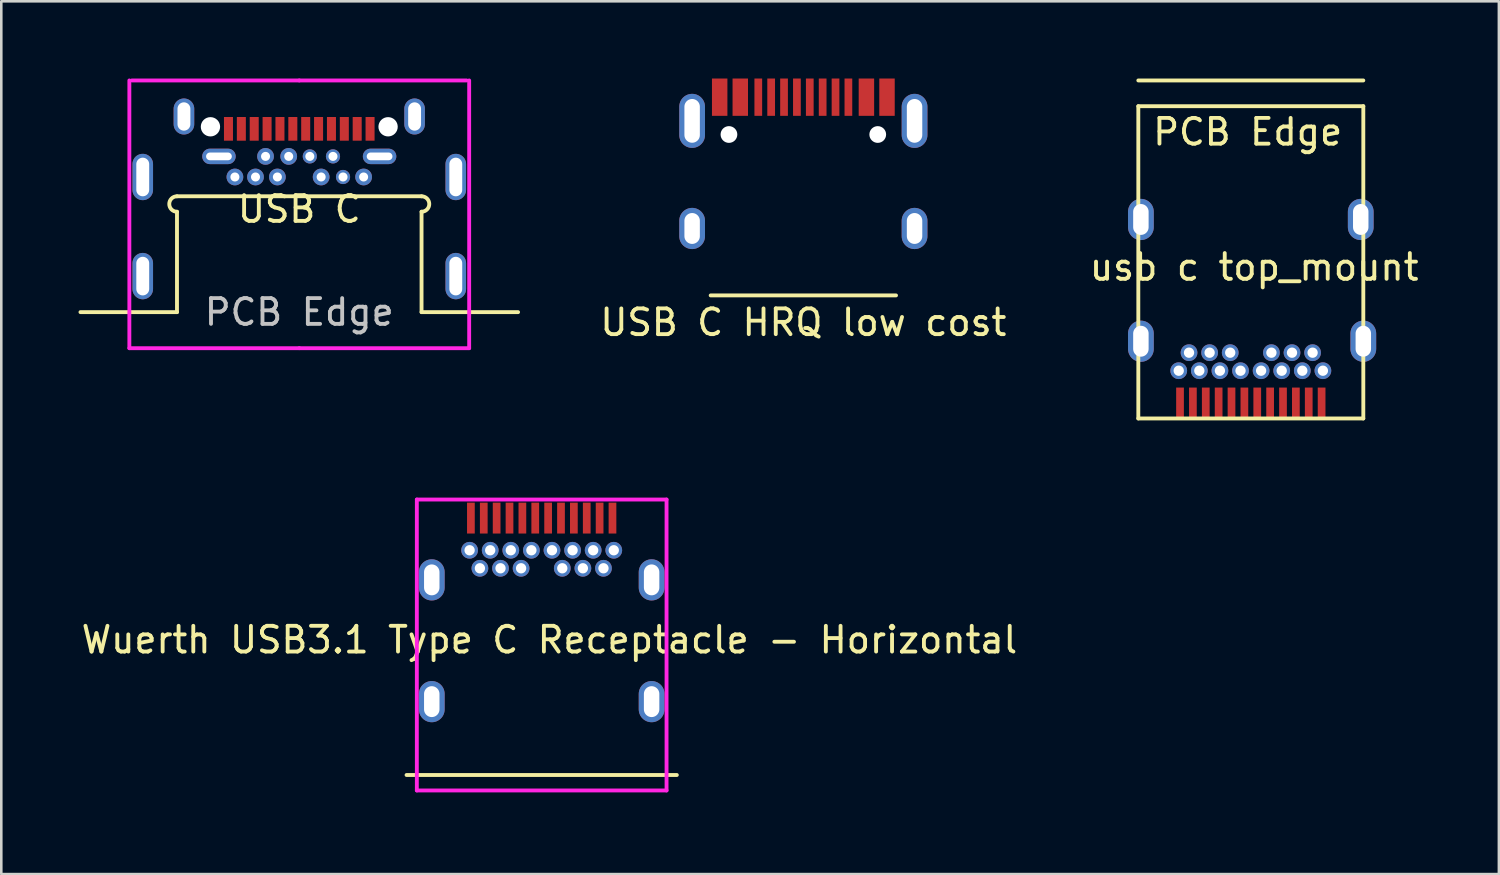
<source format=kicad_pcb>
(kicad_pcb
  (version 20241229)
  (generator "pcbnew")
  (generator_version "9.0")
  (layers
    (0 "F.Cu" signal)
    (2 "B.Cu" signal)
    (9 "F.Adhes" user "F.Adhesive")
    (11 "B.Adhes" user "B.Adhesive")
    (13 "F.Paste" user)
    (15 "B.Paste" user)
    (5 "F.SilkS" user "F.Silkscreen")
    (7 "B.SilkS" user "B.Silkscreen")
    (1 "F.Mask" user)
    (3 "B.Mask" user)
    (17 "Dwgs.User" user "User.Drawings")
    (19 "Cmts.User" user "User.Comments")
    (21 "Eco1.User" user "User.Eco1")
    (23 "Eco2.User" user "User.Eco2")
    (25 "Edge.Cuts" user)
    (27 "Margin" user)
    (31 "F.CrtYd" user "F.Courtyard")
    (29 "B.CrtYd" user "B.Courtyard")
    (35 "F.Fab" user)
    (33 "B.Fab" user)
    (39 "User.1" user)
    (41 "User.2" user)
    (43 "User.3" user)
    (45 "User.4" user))
  (footprint "usb c top_mount"
    (layer "F.Cu")
    (at 41.168 1.075)
    (property "Reference" "usb c top_mount" (at 4.5 6.25 0) (layer "F.SilkS") (effects (font (size 1 1) (thickness 0.15))))
    (attr through_hole)
    (fp_line (start 0 -1) (end 8.74 -1) (stroke (width 0.15) (type solid)) (layer "F.SilkS"))
    (fp_line (start 0 0) (end 0 12.13) (stroke (width 0.15) (type solid)) (layer "F.SilkS"))
    (fp_line (start 0 0) (end 8.74 0) (stroke (width 0.15) (type solid)) (layer "F.SilkS"))
    (fp_line (start 8.74 0) (end 8.74 12.13) (stroke (width 0.15) (type solid)) (layer "F.SilkS"))
    (fp_line (start 8.74 12.13) (end 0 12.13) (stroke (width 0.15) (type solid)) (layer "F.SilkS"))
    (fp_text user "PCB Edge" (at 4.25 1 0) (layer "F.SilkS") (effects (font (size 1 1) (thickness 0.15))))
    (pad "" np_thru_hole oval (at 0.1 4.4) (size 1 1.6) (drill oval 0.6 1.2) (layers "*.Cu" "*.Mask"))
    (pad "" np_thru_hole oval (at 0.1 9.13) (size 1 1.6) (drill oval 0.6 1.2) (layers "*.Cu" "*.Mask"))
    (pad "" np_thru_hole circle (at 2.37 10.275) (size 0.65 0.65) (drill 0.4) (layers "*.Cu" "*.Mask"))
    (pad "" np_thru_hole circle (at 6.37 10.275) (size 0.65 0.65) (drill 0.4) (layers "*.Cu" "*.Mask"))
    (pad "" np_thru_hole oval (at 8.64 4.4) (size 1 1.6) (drill oval 0.6 1.2) (layers "*.Cu" "*.Mask"))
    (pad "" np_thru_hole oval (at 8.74 9.13) (size 1 1.6) (drill oval 0.6 1.2) (layers "*.Cu" "*.Mask"))
    (pad "21" smd rect (at 2.12 11.53) (size 0.3 1.2) (layers "F.Cu" "F.Mask" "F.Paste"))
    (pad "31" smd rect (at 2.62 11.53) (size 0.3 1.2) (layers "F.Cu" "F.Mask" "F.Paste"))
    (pad "41" smd rect (at 3.12 11.53) (size 0.3 1.2) (layers "F.Cu" "F.Mask" "F.Paste"))
    (pad "51" smd rect (at 3.62 11.53) (size 0.3 1.2) (layers "F.Cu" "F.Mask" "F.Paste"))
    (pad "61" smd rect (at 4.12 11.53) (size 0.3 1.2) (layers "F.Cu" "F.Mask" "F.Paste"))
    (pad "71" smd rect (at 4.62 11.53) (size 0.3 1.2) (layers "F.Cu" "F.Mask" "F.Paste"))
    (pad "81" smd rect (at 5.12 11.53) (size 0.3 1.2) (layers "F.Cu" "F.Mask" "F.Paste"))
    (pad "91" smd rect (at 5.62 11.53) (size 0.3 1.2) (layers "F.Cu" "F.Mask" "F.Paste"))
    (pad "101" smd rect (at 6.12 11.53) (size 0.3 1.2) (layers "F.Cu" "F.Mask" "F.Paste"))
    (pad "111" smd rect (at 6.62 11.53) (size 0.3 1.2) (layers "F.Cu" "F.Mask" "F.Paste"))
    (pad "121" smd rect (at 7.12 11.53) (size 0.3 1.2) (layers "F.Cu" "F.Mask" "F.Paste"))
    (pad "A12" smd rect (at 1.62 11.53) (size 0.3 1.2) (layers "F.Cu" "F.Mask" "F.Paste"))
    (pad "B1" thru_hole circle (at 1.57 10.275) (size 0.65 0.65) (drill 0.4) (layers "*.Cu" "*.Mask"))
    (pad "B2" thru_hole circle (at 1.97 9.575) (size 0.65 0.65) (drill 0.4) (layers "*.Cu" "*.Mask"))
    (pad "B3" thru_hole circle (at 2.77 9.575) (size 0.65 0.65) (drill 0.4) (layers "*.Cu" "*.Mask"))
    (pad "B4" thru_hole circle (at 3.17 10.275) (size 0.65 0.65) (drill 0.4) (layers "*.Cu" "*.Mask"))
    (pad "B5" thru_hole circle (at 3.57 9.575) (size 0.65 0.65) (drill 0.4) (layers "*.Cu" "*.Mask"))
    (pad "B6" thru_hole circle (at 3.97 10.275) (size 0.65 0.65) (drill 0.4) (layers "*.Cu" "*.Mask"))
    (pad "B7" thru_hole circle (at 4.77 10.275) (size 0.65 0.65) (drill 0.4) (layers "*.Cu" "*.Mask"))
    (pad "B8" thru_hole circle (at 5.17 9.575) (size 0.65 0.65) (drill 0.4) (layers "*.Cu" "*.Mask"))
    (pad "B9" thru_hole circle (at 5.57 10.275) (size 0.65 0.65) (drill 0.4) (layers "*.Cu" "*.Mask"))
    (pad "B10" thru_hole circle (at 5.97 9.575) (size 0.65 0.65) (drill 0.4) (layers "*.Cu" "*.Mask"))
    (pad "B11" thru_hole circle (at 6.77 9.575) (size 0.65 0.65) (drill 0.4) (layers "*.Cu" "*.Mask"))
    (pad "B12" thru_hole circle (at 7.17 10.275) (size 0.65 0.65) (drill 0.4) (layers "*.Cu" "*.Mask")))
  (footprint "USB C"
    (layer "F.Cu")
    (at 8.575 4.575)
    (property "Reference" "USB C" (at 0 0.5 0) (layer "F.SilkS") (effects (font (size 1 1) (thickness 0.15))))
    (attr through_hole)
    (fp_line (start -8.5 4.5) (end -4.75 4.5) (stroke (width 0.15) (type solid)) (layer "F.SilkS"))
    (fp_line (start -4.75 0) (end 4.75 0) (stroke (width 0.15) (type solid)) (layer "F.SilkS"))
    (fp_line (start -4.75 0.6) (end -4.75 4.5) (stroke (width 0.15) (type solid)) (layer "F.SilkS"))
    (fp_line (start 4.75 0.6) (end 4.75 4.5) (stroke (width 0.15) (type solid)) (layer "F.SilkS"))
    (fp_line (start 4.75 4.5) (end 8.5 4.5) (stroke (width 0.15) (type solid)) (layer "F.SilkS"))
    (fp_arc (start -4.75 0.6) (mid -5.05 0.3) (end -4.75 0) (stroke (width 0.15) (type solid)) (layer "F.SilkS"))
    (fp_arc (start 4.75 0) (mid 5.05 0.3) (end 4.75 0.6) (stroke (width 0.15) (type solid)) (layer "F.SilkS"))
    (fp_line (start -6.6 -4.5) (end -6.6 5.9) (stroke (width 0.15) (type solid)) (layer "F.CrtYd"))
    (fp_line (start -6.6 5.9) (end 0 5.9) (stroke (width 0.15) (type solid)) (layer "F.CrtYd"))
    (fp_line (start 0 -4.5) (end -6.5 -4.5) (stroke (width 0.15) (type solid)) (layer "F.CrtYd"))
    (fp_line (start 0 -4.5) (end 6.5 -4.5) (stroke (width 0.15) (type solid)) (layer "F.CrtYd"))
    (fp_line (start 6.6 -4.5) (end 6.6 5.9) (stroke (width 0.15) (type solid)) (layer "F.CrtYd"))
    (fp_line (start 6.6 5.9) (end 0 5.9) (stroke (width 0.15) (type solid)) (layer "F.CrtYd"))
    (fp_text user "PCB Edge" (at 0 4.5 0) (layer "Dwgs.User") (effects (font (size 1 1) (thickness 0.15))))
    (pad "" np_thru_hole circle (at -3.45 -2.7) (size 0.75 0.75) (drill 0.75) (layers "*.Cu" "*.Mask"))
    (pad "" np_thru_hole circle (at 3.45 -2.7) (size 0.75 0.75) (drill 0.75) (layers "*.Cu" "*.Mask"))
    (pad "A1" smd rect (at -2.75 -2.62) (size 0.35 0.92) (layers "F.Cu" "F.Mask" "F.Paste"))
    (pad "A2" smd rect (at -2.25 -2.62) (size 0.35 0.92) (layers "F.Cu" "F.Mask" "F.Paste"))
    (pad "A3" smd rect (at -1.75 -2.62) (size 0.35 0.92) (layers "F.Cu" "F.Mask" "F.Paste"))
    (pad "A4" smd rect (at -1.25 -2.62) (size 0.35 0.92) (layers "F.Cu" "F.Mask" "F.Paste"))
    (pad "A5" smd rect (at -0.75 -2.62) (size 0.35 0.92) (layers "F.Cu" "F.Mask" "F.Paste"))
    (pad "A6" smd rect (at -0.25 -2.62) (size 0.35 0.92) (layers "F.Cu" "F.Mask" "F.Paste"))
    (pad "A7" smd rect (at 0.25 -2.62) (size 0.35 0.92) (layers "F.Cu" "F.Mask" "F.Paste"))
    (pad "A8" smd rect (at 0.75 -2.62) (size 0.35 0.92) (layers "F.Cu" "F.Mask" "F.Paste"))
    (pad "A9" smd rect (at 1.25 -2.62) (size 0.35 0.92) (layers "F.Cu" "F.Mask" "F.Paste"))
    (pad "A10" smd rect (at 1.75 -2.62) (size 0.35 0.92) (layers "F.Cu" "F.Mask" "F.Paste"))
    (pad "A11" smd rect (at 2.25 -2.62) (size 0.35 0.92) (layers "F.Cu" "F.Mask" "F.Paste"))
    (pad "A12" smd rect (at 2.75 -2.62) (size 0.35 0.92) (layers "F.Cu" "F.Mask" "F.Paste"))
    (pad "B1" thru_hole oval (at 3.12 -1.55) (size 1.3 0.6) (drill oval 1 0.3) (layers "*.Cu" "*.Mask"))
    (pad "B2" thru_hole circle (at 2.5 -0.75) (size 0.65 0.65) (drill 0.35) (layers "*.Cu" "*.Mask"))
    (pad "B3" thru_hole circle (at 1.7 -0.75) (size 0.55 0.55) (drill 0.35) (layers "*.Cu" "*.Mask"))
    (pad "B4" thru_hole circle (at 1.31 -1.55) (size 0.55 0.55) (drill 0.35) (layers "*.Cu" "*.Mask"))
    (pad "B5" thru_hole circle (at 0.85 -0.75) (size 0.65 0.65) (drill 0.35) (layers "*.Cu" "*.Mask"))
    (pad "B6" thru_hole circle (at 0.41 -1.55) (size 0.55 0.55) (drill 0.35) (layers "*.Cu" "*.Mask"))
    (pad "B7" thru_hole circle (at -0.41 -1.55) (size 0.65 0.65) (drill 0.35) (layers "*.Cu" "*.Mask"))
    (pad "B8" thru_hole circle (at -0.85 -0.75) (size 0.65 0.65) (drill 0.35) (layers "*.Cu" "*.Mask"))
    (pad "B9" thru_hole circle (at -1.31 -1.55) (size 0.65 0.65) (drill 0.35) (layers "*.Cu" "*.Mask"))
    (pad "B10" thru_hole circle (at -1.7 -0.75) (size 0.65 0.65) (drill 0.35) (layers "*.Cu" "*.Mask"))
    (pad "B11" thru_hole circle (at -2.5 -0.75) (size 0.65 0.65) (drill 0.35) (layers "*.Cu" "*.Mask"))
    (pad "B12" thru_hole oval (at -3.12 -1.55) (size 1.3 0.6) (drill oval 1 0.3) (layers "*.Cu" "*.Mask"))
    (pad "S1" thru_hole oval (at -6.08 -0.75) (size 0.8 1.8) (drill oval 0.5 1.5) (layers "*.Cu" "*.Mask"))
    (pad "S1" thru_hole oval (at -6.08 3.1) (size 0.8 1.8) (drill oval 0.5 1.5) (layers "*.Cu" "*.Mask"))
    (pad "S1" thru_hole oval (at -4.48 -3.1) (size 0.8 1.4) (drill oval 0.5 1.1) (layers "*.Cu" "*.Mask"))
    (pad "S1" thru_hole oval (at 4.48 -3.1) (size 0.8 1.4) (drill oval 0.5 1.1) (layers "*.Cu" "*.Mask"))
    (pad "S1" thru_hole oval (at 6.08 -0.75) (size 0.8 1.8) (drill oval 0.5 1.5) (layers "*.Cu" "*.Mask"))
    (pad "S1" thru_hole oval (at 6.08 3.1) (size 0.8 1.8) (drill oval 0.5 1.5) (layers "*.Cu" "*.Mask")))
  (footprint "USB C HRQ low cost"
    (layer "F.Cu")
    (at 28.156 5.825)
    (property "Reference" "USB C HRQ low cost" (at 0 3.65 0) (layer "F.SilkS") (effects (font (size 1 1) (thickness 0.15))))
    (attr through_hole)
    (fp_line (start -3.6 2.6) (end 3.6 2.6) (stroke (width 0.15) (type solid)) (layer "F.SilkS"))
    (pad "" np_thru_hole circle (at -2.89 -3.65) (size 0.65 0.65) (drill 0.65) (layers "*.Cu" "*.Mask"))
    (pad "" np_thru_hole circle (at 2.89 -3.65) (size 0.65 0.65) (drill 0.65) (layers "*.Cu" "*.Mask"))
    (pad "A1" smd rect (at -3.25 -5.1) (size 0.6 1.45) (layers "F.Cu" "F.Mask" "F.Paste"))
    (pad "A4" smd rect (at -2.45 -5.1) (size 0.6 1.45) (layers "F.Cu" "F.Mask" "F.Paste"))
    (pad "A5" smd rect (at -1.25 -5.1) (size 0.3 1.45) (layers "F.Cu" "F.Mask" "F.Paste"))
    (pad "A6" smd rect (at -0.25 -5.1) (size 0.3 1.45) (layers "F.Cu" "F.Mask" "F.Paste"))
    (pad "A7" smd rect (at 0.25 -5.1) (size 0.3 1.45) (layers "F.Cu" "F.Mask" "F.Paste"))
    (pad "A8" smd rect (at 1.25 -5.1) (size 0.3 1.45) (layers "F.Cu" "F.Mask" "F.Paste"))
    (pad "B1" smd rect (at 3.25 -5.1) (size 0.6 1.45) (layers "F.Cu" "F.Mask" "F.Paste"))
    (pad "B4" smd rect (at 2.45 -5.1) (size 0.6 1.45) (layers "F.Cu" "F.Mask" "F.Paste"))
    (pad "B5" smd rect (at 1.75 -5.1) (size 0.3 1.45) (layers "F.Cu" "F.Mask" "F.Paste"))
    (pad "B6" smd rect (at 0.75 -5.1) (size 0.3 1.45) (layers "F.Cu" "F.Mask" "F.Paste"))
    (pad "B7" smd rect (at -0.75 -5.1) (size 0.3 1.45) (layers "F.Cu" "F.Mask" "F.Paste"))
    (pad "B8" smd rect (at -1.75 -5.1) (size 0.3 1.45) (layers "F.Cu" "F.Mask" "F.Paste"))
    (pad "S1" thru_hole oval (at -4.32 -4.18) (size 1 2.1) (drill oval 0.6 1.7) (layers "*.Cu" "*.Mask"))
    (pad "S1" thru_hole oval (at -4.32 0) (size 1 1.6) (drill oval 0.6 1.2) (layers "*.Cu" "*.Mask"))
    (pad "S1" thru_hole oval (at 4.32 -4.18) (size 1 2.1) (drill oval 0.6 1.7) (layers "*.Cu" "*.Mask"))
    (pad "S1" thru_hole oval (at 4.32 0) (size 1 1.6) (drill oval 0.6 1.2) (layers "*.Cu" "*.Mask")))
  (footprint "Wuerth USB3.1 Type C Receptacle - Horizontal"
    (layer "F.Cu")
    (at 17.992 27.655)
    (property "Reference" "Wuerth USB3.1 Type C Receptacle - Horizontal" (at 0.3 -5.85 0) (layer "F.SilkS") (effects (font (size 1 1) (thickness 0.15))))
    (attr through_hole)
    (fp_line (start -5.25 -0.6) (end 5.25 -0.6) (stroke (width 0.15) (type solid)) (layer "F.SilkS"))
    (fp_line (start -4.85 -11.3) (end -4.85 0) (stroke (width 0.15) (type solid)) (layer "F.CrtYd"))
    (fp_line (start -4.85 0) (end 4.85 0) (stroke (width 0.15) (type solid)) (layer "F.CrtYd"))
    (fp_line (start 4.85 -11.3) (end -4.85 -11.3) (stroke (width 0.15) (type solid)) (layer "F.CrtYd"))
    (fp_line (start 4.85 0) (end 4.85 -11.3) (stroke (width 0.15) (type solid)) (layer "F.CrtYd"))
    (pad "" np_thru_hole circle (at -2 -9.33) (size 0.65 0.65) (drill 0.4) (layers "*.Cu" "*.Mask"))
    (pad "" np_thru_hole circle (at 2 -9.33) (size 0.65 0.65) (drill 0.4) (layers "*.Cu" "*.Mask"))
    (pad "A1" smd rect (at -2.75 -10.58) (size 0.3 1.2) (layers "F.Cu" "F.Mask" "F.Paste"))
    (pad "A2" smd rect (at -2.25 -10.58) (size 0.3 1.2) (layers "F.Cu" "F.Mask" "F.Paste"))
    (pad "A3" smd rect (at -1.75 -10.58) (size 0.3 1.2) (layers "F.Cu" "F.Mask" "F.Paste"))
    (pad "A4" smd rect (at -1.25 -10.58) (size 0.3 1.2) (layers "F.Cu" "F.Mask" "F.Paste"))
    (pad "A5" smd rect (at -0.75 -10.58) (size 0.3 1.2) (layers "F.Cu" "F.Mask" "F.Paste"))
    (pad "A6" smd rect (at -0.25 -10.58) (size 0.3 1.2) (layers "F.Cu" "F.Mask" "F.Paste"))
    (pad "A7" smd rect (at 0.25 -10.58) (size 0.3 1.2) (layers "F.Cu" "F.Mask" "F.Paste"))
    (pad "A8" smd rect (at 0.75 -10.58) (size 0.3 1.2) (layers "F.Cu" "F.Mask" "F.Paste"))
    (pad "A9" smd rect (at 1.25 -10.58) (size 0.3 1.2) (layers "F.Cu" "F.Mask" "F.Paste"))
    (pad "A10" smd rect (at 1.75 -10.58) (size 0.3 1.2) (layers "F.Cu" "F.Mask" "F.Paste"))
    (pad "A11" smd rect (at 2.25 -10.58) (size 0.3 1.2) (layers "F.Cu" "F.Mask" "F.Paste"))
    (pad "A12" smd rect (at 2.75 -10.58) (size 0.3 1.2) (layers "F.Cu" "F.Mask" "F.Paste"))
    (pad "B1" thru_hole circle (at 2.8 -9.33) (size 0.65 0.65) (drill 0.4) (layers "*.Cu" "*.Mask"))
    (pad "B2" thru_hole circle (at 2.4 -8.63) (size 0.65 0.65) (drill 0.4) (layers "*.Cu" "*.Mask"))
    (pad "B3" thru_hole circle (at 1.6 -8.63) (size 0.65 0.65) (drill 0.4) (layers "*.Cu" "*.Mask"))
    (pad "B4" thru_hole circle (at 1.2 -9.33) (size 0.65 0.65) (drill 0.4) (layers "*.Cu" "*.Mask"))
    (pad "B5" thru_hole circle (at 0.8 -8.63) (size 0.65 0.65) (drill 0.4) (layers "*.Cu" "*.Mask"))
    (pad "B6" thru_hole circle (at 0.4 -9.33) (size 0.65 0.65) (drill 0.4) (layers "*.Cu" "*.Mask"))
    (pad "B7" thru_hole circle (at -0.4 -9.33) (size 0.65 0.65) (drill 0.4) (layers "*.Cu" "*.Mask"))
    (pad "B8" thru_hole circle (at -0.8 -8.63) (size 0.65 0.65) (drill 0.4) (layers "*.Cu" "*.Mask"))
    (pad "B9" thru_hole circle (at -1.2 -9.33) (size 0.65 0.65) (drill 0.4) (layers "*.Cu" "*.Mask"))
    (pad "B10" thru_hole circle (at -1.6 -8.63) (size 0.65 0.65) (drill 0.4) (layers "*.Cu" "*.Mask"))
    (pad "B11" thru_hole circle (at -2.4 -8.63) (size 0.65 0.65) (drill 0.4) (layers "*.Cu" "*.Mask"))
    (pad "B12" thru_hole circle (at -2.8 -9.33) (size 0.65 0.65) (drill 0.4) (layers "*.Cu" "*.Mask"))
    (pad "S1" thru_hole oval (at -4.27 -8.18) (size 1 1.6) (drill oval 0.6 1.2) (layers "*.Cu" "*.Mask"))
    (pad "S1" thru_hole oval (at -4.27 -3.45) (size 1 1.6) (drill oval 0.6 1.2) (layers "*.Cu" "*.Mask"))
    (pad "S1" thru_hole oval (at 4.27 -8.18) (size 1 1.6) (drill oval 0.6 1.2) (layers "*.Cu" "*.Mask"))
    (pad "S1" thru_hole oval (at 4.27 -3.45) (size 1 1.6) (drill oval 0.6 1.2) (layers "*.Cu" "*.Mask")))
  (gr_rect
    (start -3 -3)
    (end 55.174 30.905)
    (stroke (width 0.1) (type default))
    (fill no)
    (layer "Edge.Cuts")))
</source>
